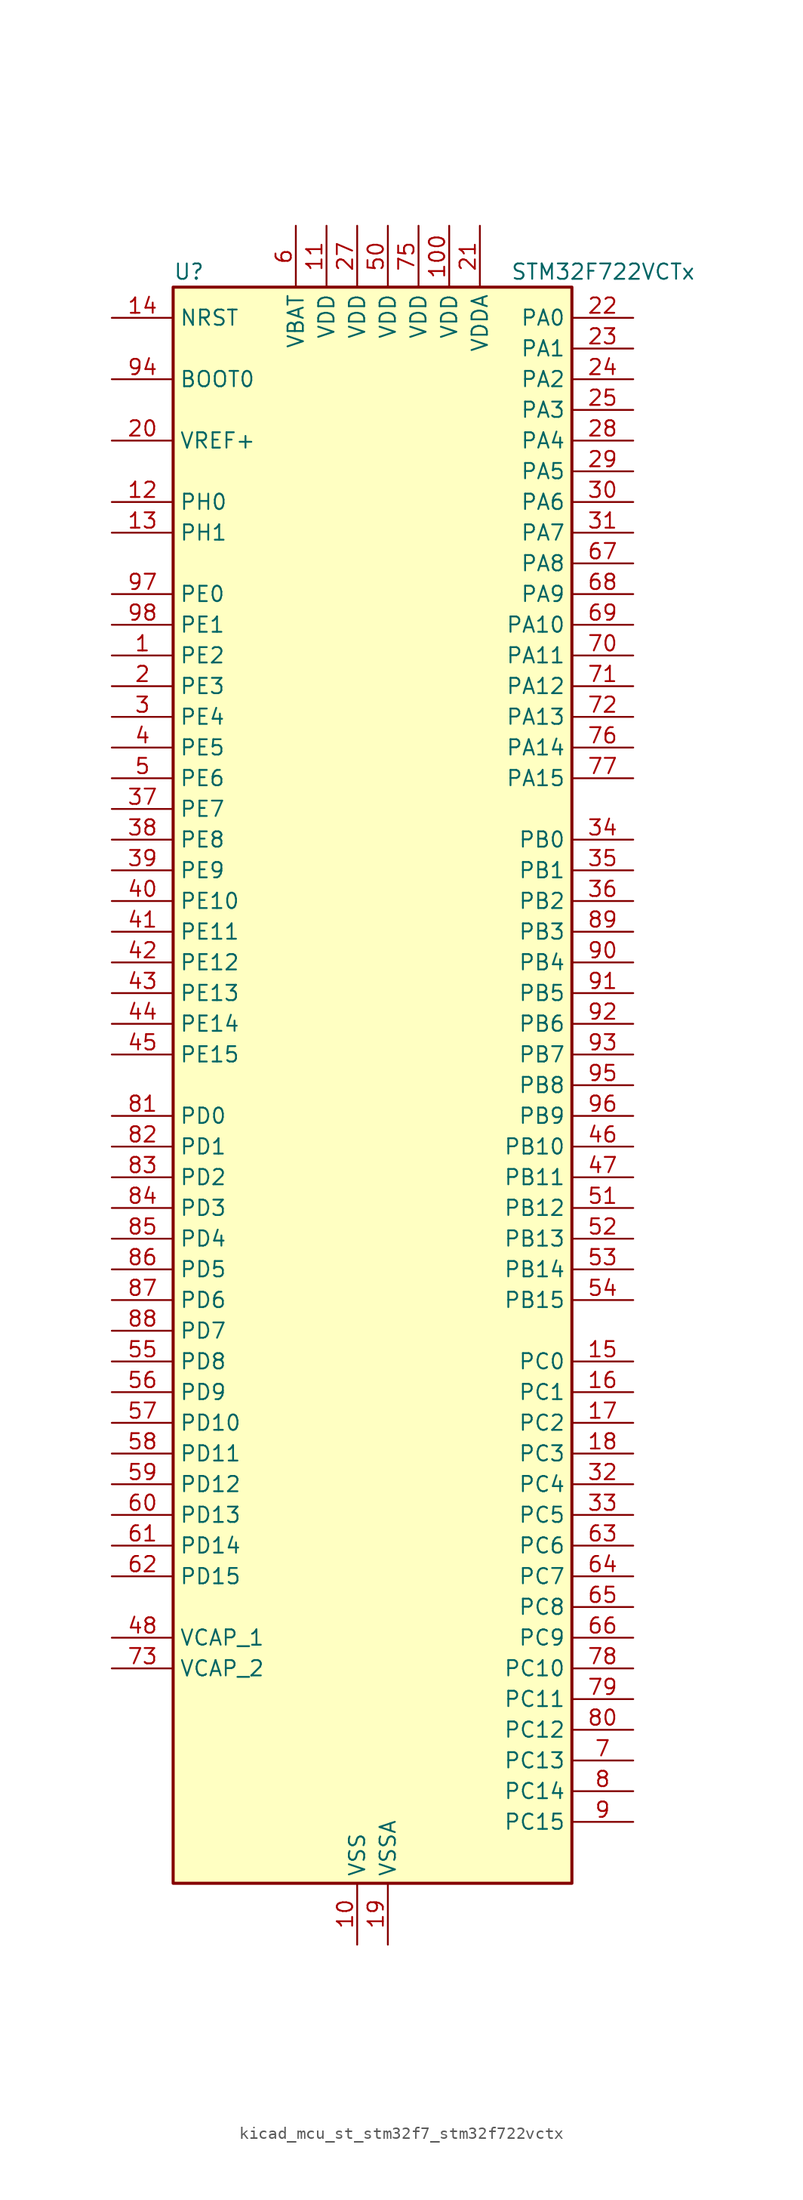
<source format=kicad_sym>
(kicad_symbol_lib
  (version 20220914)
  (generator kicad_symbol_editor)
  (symbol "kicad_mcu_st_stm32f7_stm32f722vctx"
    (property "Reference" "U"
      (at -15.24 67.31 0)
      (effects (font (size 1.27 1.27)) (justify left)))
    (property "Value" "STM32F722VCTx"
      (at 12.7 67.31 0)
      (effects (font (size 1.27 1.27)) (justify left)))
    (property "ki_locked" ""
      (at 0 0 0)
      (effects (font (size 1.27 1.27))))
    (symbol "kicad_mcu_st_stm32f7_stm32f722vctx_0_1"
      (rectangle (start -15.24 -66.04) (end 17.78 66.04) (stroke (width 0.254) (type default)) (fill (type background))))
    (symbol "kicad_mcu_st_stm32f7_stm32f722vctx_1_1"
      (pin bidirectional line (at -20.32 35.56 0) (length 5.08) (name "PE2" (effects (font (size 1.27 1.27)))) (number "1" (effects (font (size 1.27 1.27)))) (alternate "FMC_A23" bidirectional line) (alternate "QUADSPI_BK1_IO2" bidirectional line) (alternate "SAI1_MCLK_A" bidirectional line) (alternate "SPI4_SCK" bidirectional line) (alternate "SYS_TRACECLK" bidirectional line))
      (pin power_in line (at 0 -71.12 90) (length 5.08) (name "VSS" (effects (font (size 1.27 1.27)))) (number "10" (effects (font (size 1.27 1.27)))))
      (pin power_in line (at 7.62 71.12 270) (length 5.08) (name "VDD" (effects (font (size 1.27 1.27)))) (number "100" (effects (font (size 1.27 1.27)))))
      (pin power_in line (at -2.54 71.12 270) (length 5.08) (name "VDD" (effects (font (size 1.27 1.27)))) (number "11" (effects (font (size 1.27 1.27)))))
      (pin bidirectional line (at -20.32 48.26 0) (length 5.08) (name "PH0" (effects (font (size 1.27 1.27)))) (number "12" (effects (font (size 1.27 1.27)))) (alternate "RCC_OSC_IN" bidirectional line))
      (pin bidirectional line (at -20.32 45.72 0) (length 5.08) (name "PH1" (effects (font (size 1.27 1.27)))) (number "13" (effects (font (size 1.27 1.27)))) (alternate "RCC_OSC_OUT" bidirectional line))
      (pin input line (at -20.32 63.5 0) (length 5.08) (name "NRST" (effects (font (size 1.27 1.27)))) (number "14" (effects (font (size 1.27 1.27)))))
      (pin bidirectional line (at 22.86 -22.86 180) (length 5.08) (name "PC0" (effects (font (size 1.27 1.27)))) (number "15" (effects (font (size 1.27 1.27)))) (alternate "ADC1_IN10" bidirectional line) (alternate "ADC2_IN10" bidirectional line) (alternate "ADC3_IN10" bidirectional line) (alternate "FMC_SDNWE" bidirectional line) (alternate "SAI2_FS_B" bidirectional line) (alternate "USB_OTG_HS_ULPI_STP" bidirectional line))
      (pin bidirectional line (at 22.86 -25.4 180) (length 5.08) (name "PC1" (effects (font (size 1.27 1.27)))) (number "16" (effects (font (size 1.27 1.27)))) (alternate "ADC1_IN11" bidirectional line) (alternate "ADC2_IN11" bidirectional line) (alternate "ADC3_IN11" bidirectional line) (alternate "I2S2_SD" bidirectional line) (alternate "RTC_TAMP3" bidirectional line) (alternate "RTC_TS" bidirectional line) (alternate "SAI1_SD_A" bidirectional line) (alternate "SPI2_MOSI" bidirectional line) (alternate "SYS_TRACED0" bidirectional line) (alternate "SYS_WKUP3" bidirectional line))
      (pin bidirectional line (at 22.86 -27.94 180) (length 5.08) (name "PC2" (effects (font (size 1.27 1.27)))) (number "17" (effects (font (size 1.27 1.27)))) (alternate "ADC1_IN12" bidirectional line) (alternate "ADC2_IN12" bidirectional line) (alternate "ADC3_IN12" bidirectional line) (alternate "FMC_SDNE0" bidirectional line) (alternate "SPI2_MISO" bidirectional line) (alternate "USB_OTG_HS_ULPI_DIR" bidirectional line))
      (pin bidirectional line (at 22.86 -30.48 180) (length 5.08) (name "PC3" (effects (font (size 1.27 1.27)))) (number "18" (effects (font (size 1.27 1.27)))) (alternate "ADC1_IN13" bidirectional line) (alternate "ADC2_IN13" bidirectional line) (alternate "ADC3_IN13" bidirectional line) (alternate "FMC_SDCKE0" bidirectional line) (alternate "I2S2_SD" bidirectional line) (alternate "SPI2_MOSI" bidirectional line) (alternate "USB_OTG_HS_ULPI_NXT" bidirectional line))
      (pin power_in line (at 2.54 -71.12 90) (length 5.08) (name "VSSA" (effects (font (size 1.27 1.27)))) (number "19" (effects (font (size 1.27 1.27)))))
      (pin bidirectional line (at -20.32 33.02 0) (length 5.08) (name "PE3" (effects (font (size 1.27 1.27)))) (number "2" (effects (font (size 1.27 1.27)))) (alternate "FMC_A19" bidirectional line) (alternate "SAI1_SD_B" bidirectional line) (alternate "SYS_TRACED0" bidirectional line))
      (pin input line (at -20.32 53.34 0) (length 5.08) (name "VREF+" (effects (font (size 1.27 1.27)))) (number "20" (effects (font (size 1.27 1.27)))))
      (pin power_in line (at 10.16 71.12 270) (length 5.08) (name "VDDA" (effects (font (size 1.27 1.27)))) (number "21" (effects (font (size 1.27 1.27)))))
      (pin bidirectional line (at 22.86 63.5 180) (length 5.08) (name "PA0" (effects (font (size 1.27 1.27)))) (number "22" (effects (font (size 1.27 1.27)))) (alternate "ADC1_IN0" bidirectional line) (alternate "ADC2_IN0" bidirectional line) (alternate "ADC3_IN0" bidirectional line) (alternate "SAI2_SD_B" bidirectional line) (alternate "SYS_WKUP1" bidirectional line) (alternate "TIM2_CH1" bidirectional line) (alternate "TIM2_ETR" bidirectional line) (alternate "TIM5_CH1" bidirectional line) (alternate "TIM8_ETR" bidirectional line) (alternate "UART4_TX" bidirectional line) (alternate "USART2_CTS" bidirectional line))
      (pin bidirectional line (at 22.86 60.96 180) (length 5.08) (name "PA1" (effects (font (size 1.27 1.27)))) (number "23" (effects (font (size 1.27 1.27)))) (alternate "ADC1_IN1" bidirectional line) (alternate "ADC2_IN1" bidirectional line) (alternate "ADC3_IN1" bidirectional line) (alternate "QUADSPI_BK1_IO3" bidirectional line) (alternate "SAI2_MCLK_B" bidirectional line) (alternate "TIM2_CH2" bidirectional line) (alternate "TIM5_CH2" bidirectional line) (alternate "UART4_RX" bidirectional line) (alternate "USART2_DE" bidirectional line) (alternate "USART2_RTS" bidirectional line))
      (pin bidirectional line (at 22.86 58.42 180) (length 5.08) (name "PA2" (effects (font (size 1.27 1.27)))) (number "24" (effects (font (size 1.27 1.27)))) (alternate "ADC1_IN2" bidirectional line) (alternate "ADC2_IN2" bidirectional line) (alternate "ADC3_IN2" bidirectional line) (alternate "SAI2_SCK_B" bidirectional line) (alternate "SYS_WKUP2" bidirectional line) (alternate "TIM2_CH3" bidirectional line) (alternate "TIM5_CH3" bidirectional line) (alternate "TIM9_CH1" bidirectional line) (alternate "USART2_TX" bidirectional line))
      (pin bidirectional line (at 22.86 55.88 180) (length 5.08) (name "PA3" (effects (font (size 1.27 1.27)))) (number "25" (effects (font (size 1.27 1.27)))) (alternate "ADC1_IN3" bidirectional line) (alternate "ADC2_IN3" bidirectional line) (alternate "ADC3_IN3" bidirectional line) (alternate "TIM2_CH4" bidirectional line) (alternate "TIM5_CH4" bidirectional line) (alternate "TIM9_CH2" bidirectional line) (alternate "USART2_RX" bidirectional line) (alternate "USB_OTG_HS_ULPI_D0" bidirectional line))
      (pin passive line (at 0 -71.12 90) (length 5.08) hide (name "VSS" (effects (font (size 1.27 1.27)))) (number "26" (effects (font (size 1.27 1.27)))))
      (pin power_in line (at 0 71.12 270) (length 5.08) (name "VDD" (effects (font (size 1.27 1.27)))) (number "27" (effects (font (size 1.27 1.27)))))
      (pin bidirectional line (at 22.86 53.34 180) (length 5.08) (name "PA4" (effects (font (size 1.27 1.27)))) (number "28" (effects (font (size 1.27 1.27)))) (alternate "ADC1_IN4" bidirectional line) (alternate "ADC2_IN4" bidirectional line) (alternate "DAC_OUT1" bidirectional line) (alternate "I2S1_WS" bidirectional line) (alternate "I2S3_WS" bidirectional line) (alternate "SPI1_NSS" bidirectional line) (alternate "SPI3_NSS" bidirectional line) (alternate "USART2_CK" bidirectional line) (alternate "USB_OTG_HS_SOF" bidirectional line))
      (pin bidirectional line (at 22.86 50.8 180) (length 5.08) (name "PA5" (effects (font (size 1.27 1.27)))) (number "29" (effects (font (size 1.27 1.27)))) (alternate "ADC1_IN5" bidirectional line) (alternate "ADC2_IN5" bidirectional line) (alternate "DAC_OUT2" bidirectional line) (alternate "I2S1_CK" bidirectional line) (alternate "SPI1_SCK" bidirectional line) (alternate "TIM2_CH1" bidirectional line) (alternate "TIM2_ETR" bidirectional line) (alternate "TIM8_CH1N" bidirectional line) (alternate "USB_OTG_HS_ULPI_CK" bidirectional line))
      (pin bidirectional line (at -20.32 30.48 0) (length 5.08) (name "PE4" (effects (font (size 1.27 1.27)))) (number "3" (effects (font (size 1.27 1.27)))) (alternate "FMC_A20" bidirectional line) (alternate "SAI1_FS_A" bidirectional line) (alternate "SPI4_NSS" bidirectional line) (alternate "SYS_TRACED1" bidirectional line))
      (pin bidirectional line (at 22.86 48.26 180) (length 5.08) (name "PA6" (effects (font (size 1.27 1.27)))) (number "30" (effects (font (size 1.27 1.27)))) (alternate "ADC1_IN6" bidirectional line) (alternate "ADC2_IN6" bidirectional line) (alternate "SPI1_MISO" bidirectional line) (alternate "TIM13_CH1" bidirectional line) (alternate "TIM1_BKIN" bidirectional line) (alternate "TIM3_CH1" bidirectional line) (alternate "TIM8_BKIN" bidirectional line))
      (pin bidirectional line (at 22.86 45.72 180) (length 5.08) (name "PA7" (effects (font (size 1.27 1.27)))) (number "31" (effects (font (size 1.27 1.27)))) (alternate "ADC1_IN7" bidirectional line) (alternate "ADC2_IN7" bidirectional line) (alternate "FMC_SDNWE" bidirectional line) (alternate "I2S1_SD" bidirectional line) (alternate "SPI1_MOSI" bidirectional line) (alternate "TIM14_CH1" bidirectional line) (alternate "TIM1_CH1N" bidirectional line) (alternate "TIM3_CH2" bidirectional line) (alternate "TIM8_CH1N" bidirectional line))
      (pin bidirectional line (at 22.86 -33.02 180) (length 5.08) (name "PC4" (effects (font (size 1.27 1.27)))) (number "32" (effects (font (size 1.27 1.27)))) (alternate "ADC1_IN14" bidirectional line) (alternate "ADC2_IN14" bidirectional line) (alternate "FMC_SDNE0" bidirectional line) (alternate "I2S1_MCK" bidirectional line))
      (pin bidirectional line (at 22.86 -35.56 180) (length 5.08) (name "PC5" (effects (font (size 1.27 1.27)))) (number "33" (effects (font (size 1.27 1.27)))) (alternate "ADC1_IN15" bidirectional line) (alternate "ADC2_IN15" bidirectional line) (alternate "FMC_SDCKE0" bidirectional line))
      (pin bidirectional line (at 22.86 20.32 180) (length 5.08) (name "PB0" (effects (font (size 1.27 1.27)))) (number "34" (effects (font (size 1.27 1.27)))) (alternate "ADC1_IN8" bidirectional line) (alternate "ADC2_IN8" bidirectional line) (alternate "TIM1_CH2N" bidirectional line) (alternate "TIM3_CH3" bidirectional line) (alternate "TIM8_CH2N" bidirectional line) (alternate "UART4_CTS" bidirectional line) (alternate "USB_OTG_HS_ULPI_D1" bidirectional line))
      (pin bidirectional line (at 22.86 17.78 180) (length 5.08) (name "PB1" (effects (font (size 1.27 1.27)))) (number "35" (effects (font (size 1.27 1.27)))) (alternate "ADC1_IN9" bidirectional line) (alternate "ADC2_IN9" bidirectional line) (alternate "TIM1_CH3N" bidirectional line) (alternate "TIM3_CH4" bidirectional line) (alternate "TIM8_CH3N" bidirectional line) (alternate "USB_OTG_HS_ULPI_D2" bidirectional line))
      (pin bidirectional line (at 22.86 15.24 180) (length 5.08) (name "PB2" (effects (font (size 1.27 1.27)))) (number "36" (effects (font (size 1.27 1.27)))) (alternate "I2S3_SD" bidirectional line) (alternate "QUADSPI_CLK" bidirectional line) (alternate "SAI1_SD_A" bidirectional line) (alternate "SPI3_MOSI" bidirectional line))
      (pin bidirectional line (at -20.32 22.86 0) (length 5.08) (name "PE7" (effects (font (size 1.27 1.27)))) (number "37" (effects (font (size 1.27 1.27)))) (alternate "FMC_D4" bidirectional line) (alternate "FMC_DA4" bidirectional line) (alternate "QUADSPI_BK2_IO0" bidirectional line) (alternate "TIM1_ETR" bidirectional line) (alternate "UART7_RX" bidirectional line))
      (pin bidirectional line (at -20.32 20.32 0) (length 5.08) (name "PE8" (effects (font (size 1.27 1.27)))) (number "38" (effects (font (size 1.27 1.27)))) (alternate "FMC_D5" bidirectional line) (alternate "FMC_DA5" bidirectional line) (alternate "QUADSPI_BK2_IO1" bidirectional line) (alternate "TIM1_CH1N" bidirectional line) (alternate "UART7_TX" bidirectional line))
      (pin bidirectional line (at -20.32 17.78 0) (length 5.08) (name "PE9" (effects (font (size 1.27 1.27)))) (number "39" (effects (font (size 1.27 1.27)))) (alternate "DAC_EXTI9" bidirectional line) (alternate "FMC_D6" bidirectional line) (alternate "FMC_DA6" bidirectional line) (alternate "QUADSPI_BK2_IO2" bidirectional line) (alternate "TIM1_CH1" bidirectional line) (alternate "UART7_DE" bidirectional line) (alternate "UART7_RTS" bidirectional line))
      (pin bidirectional line (at -20.32 27.94 0) (length 5.08) (name "PE5" (effects (font (size 1.27 1.27)))) (number "4" (effects (font (size 1.27 1.27)))) (alternate "FMC_A21" bidirectional line) (alternate "SAI1_SCK_A" bidirectional line) (alternate "SPI4_MISO" bidirectional line) (alternate "SYS_TRACED2" bidirectional line) (alternate "TIM9_CH1" bidirectional line))
      (pin bidirectional line (at -20.32 15.24 0) (length 5.08) (name "PE10" (effects (font (size 1.27 1.27)))) (number "40" (effects (font (size 1.27 1.27)))) (alternate "FMC_D7" bidirectional line) (alternate "FMC_DA7" bidirectional line) (alternate "QUADSPI_BK2_IO3" bidirectional line) (alternate "TIM1_CH2N" bidirectional line) (alternate "UART7_CTS" bidirectional line))
      (pin bidirectional line (at -20.32 12.7 0) (length 5.08) (name "PE11" (effects (font (size 1.27 1.27)))) (number "41" (effects (font (size 1.27 1.27)))) (alternate "ADC1_EXTI11" bidirectional line) (alternate "ADC2_EXTI11" bidirectional line) (alternate "ADC3_EXTI11" bidirectional line) (alternate "FMC_D8" bidirectional line) (alternate "FMC_DA8" bidirectional line) (alternate "SAI2_SD_B" bidirectional line) (alternate "SPI4_NSS" bidirectional line) (alternate "TIM1_CH2" bidirectional line))
      (pin bidirectional line (at -20.32 10.16 0) (length 5.08) (name "PE12" (effects (font (size 1.27 1.27)))) (number "42" (effects (font (size 1.27 1.27)))) (alternate "FMC_D9" bidirectional line) (alternate "FMC_DA9" bidirectional line) (alternate "SAI2_SCK_B" bidirectional line) (alternate "SPI4_SCK" bidirectional line) (alternate "TIM1_CH3N" bidirectional line))
      (pin bidirectional line (at -20.32 7.62 0) (length 5.08) (name "PE13" (effects (font (size 1.27 1.27)))) (number "43" (effects (font (size 1.27 1.27)))) (alternate "FMC_D10" bidirectional line) (alternate "FMC_DA10" bidirectional line) (alternate "SAI2_FS_B" bidirectional line) (alternate "SPI4_MISO" bidirectional line) (alternate "TIM1_CH3" bidirectional line))
      (pin bidirectional line (at -20.32 5.08 0) (length 5.08) (name "PE14" (effects (font (size 1.27 1.27)))) (number "44" (effects (font (size 1.27 1.27)))) (alternate "FMC_D11" bidirectional line) (alternate "FMC_DA11" bidirectional line) (alternate "SAI2_MCLK_B" bidirectional line) (alternate "SPI4_MOSI" bidirectional line) (alternate "TIM1_CH4" bidirectional line))
      (pin bidirectional line (at -20.32 2.54 0) (length 5.08) (name "PE15" (effects (font (size 1.27 1.27)))) (number "45" (effects (font (size 1.27 1.27)))) (alternate "FMC_D12" bidirectional line) (alternate "FMC_DA12" bidirectional line) (alternate "TIM1_BKIN" bidirectional line))
      (pin bidirectional line (at 22.86 -5.08 180) (length 5.08) (name "PB10" (effects (font (size 1.27 1.27)))) (number "46" (effects (font (size 1.27 1.27)))) (alternate "I2C2_SCL" bidirectional line) (alternate "I2S2_CK" bidirectional line) (alternate "SPI2_SCK" bidirectional line) (alternate "TIM2_CH3" bidirectional line) (alternate "USART3_TX" bidirectional line) (alternate "USB_OTG_HS_ULPI_D3" bidirectional line))
      (pin bidirectional line (at 22.86 -7.62 180) (length 5.08) (name "PB11" (effects (font (size 1.27 1.27)))) (number "47" (effects (font (size 1.27 1.27)))) (alternate "ADC1_EXTI11" bidirectional line) (alternate "ADC2_EXTI11" bidirectional line) (alternate "ADC3_EXTI11" bidirectional line) (alternate "I2C2_SDA" bidirectional line) (alternate "TIM2_CH4" bidirectional line) (alternate "USART3_RX" bidirectional line) (alternate "USB_OTG_HS_ULPI_D4" bidirectional line))
      (pin power_out line (at -20.32 -45.72 0) (length 5.08) (name "VCAP_1" (effects (font (size 1.27 1.27)))) (number "48" (effects (font (size 1.27 1.27)))))
      (pin passive line (at 0 -71.12 90) (length 5.08) hide (name "VSS" (effects (font (size 1.27 1.27)))) (number "49" (effects (font (size 1.27 1.27)))))
      (pin bidirectional line (at -20.32 25.4 0) (length 5.08) (name "PE6" (effects (font (size 1.27 1.27)))) (number "5" (effects (font (size 1.27 1.27)))) (alternate "FMC_A22" bidirectional line) (alternate "SAI1_SD_A" bidirectional line) (alternate "SAI2_MCLK_B" bidirectional line) (alternate "SPI4_MOSI" bidirectional line) (alternate "SYS_TRACED3" bidirectional line) (alternate "TIM1_BKIN2" bidirectional line) (alternate "TIM9_CH2" bidirectional line))
      (pin power_in line (at 2.54 71.12 270) (length 5.08) (name "VDD" (effects (font (size 1.27 1.27)))) (number "50" (effects (font (size 1.27 1.27)))))
      (pin bidirectional line (at 22.86 -10.16 180) (length 5.08) (name "PB12" (effects (font (size 1.27 1.27)))) (number "51" (effects (font (size 1.27 1.27)))) (alternate "I2C2_SMBA" bidirectional line) (alternate "I2S2_WS" bidirectional line) (alternate "SPI2_NSS" bidirectional line) (alternate "TIM1_BKIN" bidirectional line) (alternate "USART3_CK" bidirectional line) (alternate "USB_OTG_HS_ID" bidirectional line) (alternate "USB_OTG_HS_ULPI_D5" bidirectional line))
      (pin bidirectional line (at 22.86 -12.7 180) (length 5.08) (name "PB13" (effects (font (size 1.27 1.27)))) (number "52" (effects (font (size 1.27 1.27)))) (alternate "I2S2_CK" bidirectional line) (alternate "SPI2_SCK" bidirectional line) (alternate "TIM1_CH1N" bidirectional line) (alternate "USART3_CTS" bidirectional line) (alternate "USB_OTG_HS_ULPI_D6" bidirectional line) (alternate "USB_OTG_HS_VBUS" bidirectional line))
      (pin bidirectional line (at 22.86 -15.24 180) (length 5.08) (name "PB14" (effects (font (size 1.27 1.27)))) (number "53" (effects (font (size 1.27 1.27)))) (alternate "SDMMC2_D0" bidirectional line) (alternate "SPI2_MISO" bidirectional line) (alternate "TIM12_CH1" bidirectional line) (alternate "TIM1_CH2N" bidirectional line) (alternate "TIM8_CH2N" bidirectional line) (alternate "USART3_DE" bidirectional line) (alternate "USART3_RTS" bidirectional line) (alternate "USB_OTG_HS_DM" bidirectional line))
      (pin bidirectional line (at 22.86 -17.78 180) (length 5.08) (name "PB15" (effects (font (size 1.27 1.27)))) (number "54" (effects (font (size 1.27 1.27)))) (alternate "I2S2_SD" bidirectional line) (alternate "RTC_REFIN" bidirectional line) (alternate "SDMMC2_D1" bidirectional line) (alternate "SPI2_MOSI" bidirectional line) (alternate "TIM12_CH2" bidirectional line) (alternate "TIM1_CH3N" bidirectional line) (alternate "TIM8_CH3N" bidirectional line) (alternate "USB_OTG_HS_DP" bidirectional line))
      (pin bidirectional line (at -20.32 -22.86 0) (length 5.08) (name "PD8" (effects (font (size 1.27 1.27)))) (number "55" (effects (font (size 1.27 1.27)))) (alternate "FMC_D13" bidirectional line) (alternate "FMC_DA13" bidirectional line) (alternate "USART3_TX" bidirectional line))
      (pin bidirectional line (at -20.32 -25.4 0) (length 5.08) (name "PD9" (effects (font (size 1.27 1.27)))) (number "56" (effects (font (size 1.27 1.27)))) (alternate "DAC_EXTI9" bidirectional line) (alternate "FMC_D14" bidirectional line) (alternate "FMC_DA14" bidirectional line) (alternate "USART3_RX" bidirectional line))
      (pin bidirectional line (at -20.32 -27.94 0) (length 5.08) (name "PD10" (effects (font (size 1.27 1.27)))) (number "57" (effects (font (size 1.27 1.27)))) (alternate "FMC_D15" bidirectional line) (alternate "FMC_DA15" bidirectional line) (alternate "USART3_CK" bidirectional line))
      (pin bidirectional line (at -20.32 -30.48 0) (length 5.08) (name "PD11" (effects (font (size 1.27 1.27)))) (number "58" (effects (font (size 1.27 1.27)))) (alternate "ADC1_EXTI11" bidirectional line) (alternate "ADC2_EXTI11" bidirectional line) (alternate "ADC3_EXTI11" bidirectional line) (alternate "FMC_A16" bidirectional line) (alternate "FMC_CLE" bidirectional line) (alternate "QUADSPI_BK1_IO0" bidirectional line) (alternate "SAI2_SD_A" bidirectional line) (alternate "USART3_CTS" bidirectional line))
      (pin bidirectional line (at -20.32 -33.02 0) (length 5.08) (name "PD12" (effects (font (size 1.27 1.27)))) (number "59" (effects (font (size 1.27 1.27)))) (alternate "FMC_A17" bidirectional line) (alternate "FMC_ALE" bidirectional line) (alternate "LPTIM1_IN1" bidirectional line) (alternate "QUADSPI_BK1_IO1" bidirectional line) (alternate "SAI2_FS_A" bidirectional line) (alternate "TIM4_CH1" bidirectional line) (alternate "USART3_DE" bidirectional line) (alternate "USART3_RTS" bidirectional line))
      (pin power_in line (at -5.08 71.12 270) (length 5.08) (name "VBAT" (effects (font (size 1.27 1.27)))) (number "6" (effects (font (size 1.27 1.27)))))
      (pin bidirectional line (at -20.32 -35.56 0) (length 5.08) (name "PD13" (effects (font (size 1.27 1.27)))) (number "60" (effects (font (size 1.27 1.27)))) (alternate "FMC_A18" bidirectional line) (alternate "LPTIM1_OUT" bidirectional line) (alternate "QUADSPI_BK1_IO3" bidirectional line) (alternate "SAI2_SCK_A" bidirectional line) (alternate "TIM4_CH2" bidirectional line))
      (pin bidirectional line (at -20.32 -38.1 0) (length 5.08) (name "PD14" (effects (font (size 1.27 1.27)))) (number "61" (effects (font (size 1.27 1.27)))) (alternate "FMC_D0" bidirectional line) (alternate "FMC_DA0" bidirectional line) (alternate "TIM4_CH3" bidirectional line) (alternate "UART8_CTS" bidirectional line))
      (pin bidirectional line (at -20.32 -40.64 0) (length 5.08) (name "PD15" (effects (font (size 1.27 1.27)))) (number "62" (effects (font (size 1.27 1.27)))) (alternate "FMC_D1" bidirectional line) (alternate "FMC_DA1" bidirectional line) (alternate "TIM4_CH4" bidirectional line) (alternate "UART8_DE" bidirectional line) (alternate "UART8_RTS" bidirectional line))
      (pin bidirectional line (at 22.86 -38.1 180) (length 5.08) (name "PC6" (effects (font (size 1.27 1.27)))) (number "63" (effects (font (size 1.27 1.27)))) (alternate "I2S2_MCK" bidirectional line) (alternate "SDMMC1_D6" bidirectional line) (alternate "SDMMC2_D6" bidirectional line) (alternate "TIM3_CH1" bidirectional line) (alternate "TIM8_CH1" bidirectional line) (alternate "USART6_TX" bidirectional line))
      (pin bidirectional line (at 22.86 -40.64 180) (length 5.08) (name "PC7" (effects (font (size 1.27 1.27)))) (number "64" (effects (font (size 1.27 1.27)))) (alternate "I2S3_MCK" bidirectional line) (alternate "SDMMC1_D7" bidirectional line) (alternate "SDMMC2_D7" bidirectional line) (alternate "TIM3_CH2" bidirectional line) (alternate "TIM8_CH2" bidirectional line) (alternate "USART6_RX" bidirectional line))
      (pin bidirectional line (at 22.86 -43.18 180) (length 5.08) (name "PC8" (effects (font (size 1.27 1.27)))) (number "65" (effects (font (size 1.27 1.27)))) (alternate "SDMMC1_D0" bidirectional line) (alternate "SYS_TRACED1" bidirectional line) (alternate "TIM3_CH3" bidirectional line) (alternate "TIM8_CH3" bidirectional line) (alternate "UART5_DE" bidirectional line) (alternate "UART5_RTS" bidirectional line) (alternate "USART6_CK" bidirectional line))
      (pin bidirectional line (at 22.86 -45.72 180) (length 5.08) (name "PC9" (effects (font (size 1.27 1.27)))) (number "66" (effects (font (size 1.27 1.27)))) (alternate "DAC_EXTI9" bidirectional line) (alternate "I2C3_SDA" bidirectional line) (alternate "I2S_CKIN" bidirectional line) (alternate "QUADSPI_BK1_IO0" bidirectional line) (alternate "RCC_MCO_2" bidirectional line) (alternate "SDMMC1_D1" bidirectional line) (alternate "TIM3_CH4" bidirectional line) (alternate "TIM8_CH4" bidirectional line) (alternate "UART5_CTS" bidirectional line))
      (pin bidirectional line (at 22.86 43.18 180) (length 5.08) (name "PA8" (effects (font (size 1.27 1.27)))) (number "67" (effects (font (size 1.27 1.27)))) (alternate "I2C3_SCL" bidirectional line) (alternate "RCC_MCO_1" bidirectional line) (alternate "TIM1_CH1" bidirectional line) (alternate "TIM8_BKIN2" bidirectional line) (alternate "USART1_CK" bidirectional line) (alternate "USB_OTG_FS_SOF" bidirectional line))
      (pin bidirectional line (at 22.86 40.64 180) (length 5.08) (name "PA9" (effects (font (size 1.27 1.27)))) (number "68" (effects (font (size 1.27 1.27)))) (alternate "DAC_EXTI9" bidirectional line) (alternate "I2C3_SMBA" bidirectional line) (alternate "I2S2_CK" bidirectional line) (alternate "SPI2_SCK" bidirectional line) (alternate "TIM1_CH2" bidirectional line) (alternate "USART1_TX" bidirectional line) (alternate "USB_OTG_FS_VBUS" bidirectional line))
      (pin bidirectional line (at 22.86 38.1 180) (length 5.08) (name "PA10" (effects (font (size 1.27 1.27)))) (number "69" (effects (font (size 1.27 1.27)))) (alternate "TIM1_CH3" bidirectional line) (alternate "USART1_RX" bidirectional line) (alternate "USB_OTG_FS_ID" bidirectional line))
      (pin bidirectional line (at 22.86 -55.88 180) (length 5.08) (name "PC13" (effects (font (size 1.27 1.27)))) (number "7" (effects (font (size 1.27 1.27)))) (alternate "RTC_OUT" bidirectional line) (alternate "RTC_TAMP1" bidirectional line) (alternate "RTC_TS" bidirectional line) (alternate "SYS_WKUP4" bidirectional line))
      (pin bidirectional line (at 22.86 35.56 180) (length 5.08) (name "PA11" (effects (font (size 1.27 1.27)))) (number "70" (effects (font (size 1.27 1.27)))) (alternate "ADC1_EXTI11" bidirectional line) (alternate "ADC2_EXTI11" bidirectional line) (alternate "ADC3_EXTI11" bidirectional line) (alternate "CAN1_RX" bidirectional line) (alternate "TIM1_CH4" bidirectional line) (alternate "USART1_CTS" bidirectional line) (alternate "USB_OTG_FS_DM" bidirectional line))
      (pin bidirectional line (at 22.86 33.02 180) (length 5.08) (name "PA12" (effects (font (size 1.27 1.27)))) (number "71" (effects (font (size 1.27 1.27)))) (alternate "CAN1_TX" bidirectional line) (alternate "SAI2_FS_B" bidirectional line) (alternate "TIM1_ETR" bidirectional line) (alternate "USART1_DE" bidirectional line) (alternate "USART1_RTS" bidirectional line) (alternate "USB_OTG_FS_DP" bidirectional line))
      (pin bidirectional line (at 22.86 30.48 180) (length 5.08) (name "PA13" (effects (font (size 1.27 1.27)))) (number "72" (effects (font (size 1.27 1.27)))) (alternate "SYS_JTMS-SWDIO" bidirectional line))
      (pin power_out line (at -20.32 -48.26 0) (length 5.08) (name "VCAP_2" (effects (font (size 1.27 1.27)))) (number "73" (effects (font (size 1.27 1.27)))))
      (pin passive line (at 0 -71.12 90) (length 5.08) hide (name "VSS" (effects (font (size 1.27 1.27)))) (number "74" (effects (font (size 1.27 1.27)))))
      (pin power_in line (at 5.08 71.12 270) (length 5.08) (name "VDD" (effects (font (size 1.27 1.27)))) (number "75" (effects (font (size 1.27 1.27)))))
      (pin bidirectional line (at 22.86 27.94 180) (length 5.08) (name "PA14" (effects (font (size 1.27 1.27)))) (number "76" (effects (font (size 1.27 1.27)))) (alternate "SYS_JTCK-SWCLK" bidirectional line))
      (pin bidirectional line (at 22.86 25.4 180) (length 5.08) (name "PA15" (effects (font (size 1.27 1.27)))) (number "77" (effects (font (size 1.27 1.27)))) (alternate "I2S1_WS" bidirectional line) (alternate "I2S3_WS" bidirectional line) (alternate "SPI1_NSS" bidirectional line) (alternate "SPI3_NSS" bidirectional line) (alternate "SYS_JTDI" bidirectional line) (alternate "TIM2_CH1" bidirectional line) (alternate "TIM2_ETR" bidirectional line) (alternate "UART4_DE" bidirectional line) (alternate "UART4_RTS" bidirectional line))
      (pin bidirectional line (at 22.86 -48.26 180) (length 5.08) (name "PC10" (effects (font (size 1.27 1.27)))) (number "78" (effects (font (size 1.27 1.27)))) (alternate "I2S3_CK" bidirectional line) (alternate "QUADSPI_BK1_IO1" bidirectional line) (alternate "SDMMC1_D2" bidirectional line) (alternate "SPI3_SCK" bidirectional line) (alternate "UART4_TX" bidirectional line) (alternate "USART3_TX" bidirectional line))
      (pin bidirectional line (at 22.86 -50.8 180) (length 5.08) (name "PC11" (effects (font (size 1.27 1.27)))) (number "79" (effects (font (size 1.27 1.27)))) (alternate "ADC1_EXTI11" bidirectional line) (alternate "ADC2_EXTI11" bidirectional line) (alternate "ADC3_EXTI11" bidirectional line) (alternate "QUADSPI_BK2_NCS" bidirectional line) (alternate "SDMMC1_D3" bidirectional line) (alternate "SPI3_MISO" bidirectional line) (alternate "UART4_RX" bidirectional line) (alternate "USART3_RX" bidirectional line))
      (pin bidirectional line (at 22.86 -58.42 180) (length 5.08) (name "PC14" (effects (font (size 1.27 1.27)))) (number "8" (effects (font (size 1.27 1.27)))) (alternate "RCC_OSC32_IN" bidirectional line))
      (pin bidirectional line (at 22.86 -53.34 180) (length 5.08) (name "PC12" (effects (font (size 1.27 1.27)))) (number "80" (effects (font (size 1.27 1.27)))) (alternate "I2S3_SD" bidirectional line) (alternate "SDMMC1_CK" bidirectional line) (alternate "SPI3_MOSI" bidirectional line) (alternate "SYS_TRACED3" bidirectional line) (alternate "UART5_TX" bidirectional line) (alternate "USART3_CK" bidirectional line))
      (pin bidirectional line (at -20.32 -2.54 0) (length 5.08) (name "PD0" (effects (font (size 1.27 1.27)))) (number "81" (effects (font (size 1.27 1.27)))) (alternate "CAN1_RX" bidirectional line) (alternate "FMC_D2" bidirectional line) (alternate "FMC_DA2" bidirectional line))
      (pin bidirectional line (at -20.32 -5.08 0) (length 5.08) (name "PD1" (effects (font (size 1.27 1.27)))) (number "82" (effects (font (size 1.27 1.27)))) (alternate "CAN1_TX" bidirectional line) (alternate "FMC_D3" bidirectional line) (alternate "FMC_DA3" bidirectional line))
      (pin bidirectional line (at -20.32 -7.62 0) (length 5.08) (name "PD2" (effects (font (size 1.27 1.27)))) (number "83" (effects (font (size 1.27 1.27)))) (alternate "SDMMC1_CMD" bidirectional line) (alternate "SYS_TRACED2" bidirectional line) (alternate "TIM3_ETR" bidirectional line) (alternate "UART5_RX" bidirectional line))
      (pin bidirectional line (at -20.32 -10.16 0) (length 5.08) (name "PD3" (effects (font (size 1.27 1.27)))) (number "84" (effects (font (size 1.27 1.27)))) (alternate "FMC_CLK" bidirectional line) (alternate "I2S2_CK" bidirectional line) (alternate "SPI2_SCK" bidirectional line) (alternate "USART2_CTS" bidirectional line))
      (pin bidirectional line (at -20.32 -12.7 0) (length 5.08) (name "PD4" (effects (font (size 1.27 1.27)))) (number "85" (effects (font (size 1.27 1.27)))) (alternate "FMC_NOE" bidirectional line) (alternate "USART2_DE" bidirectional line) (alternate "USART2_RTS" bidirectional line))
      (pin bidirectional line (at -20.32 -15.24 0) (length 5.08) (name "PD5" (effects (font (size 1.27 1.27)))) (number "86" (effects (font (size 1.27 1.27)))) (alternate "FMC_NWE" bidirectional line) (alternate "USART2_TX" bidirectional line))
      (pin bidirectional line (at -20.32 -17.78 0) (length 5.08) (name "PD6" (effects (font (size 1.27 1.27)))) (number "87" (effects (font (size 1.27 1.27)))) (alternate "FMC_NWAIT" bidirectional line) (alternate "I2S3_SD" bidirectional line) (alternate "SAI1_SD_A" bidirectional line) (alternate "SDMMC2_CK" bidirectional line) (alternate "SPI3_MOSI" bidirectional line) (alternate "USART2_RX" bidirectional line))
      (pin bidirectional line (at -20.32 -20.32 0) (length 5.08) (name "PD7" (effects (font (size 1.27 1.27)))) (number "88" (effects (font (size 1.27 1.27)))) (alternate "FMC_NE1" bidirectional line) (alternate "SDMMC2_CMD" bidirectional line) (alternate "USART2_CK" bidirectional line))
      (pin bidirectional line (at 22.86 12.7 180) (length 5.08) (name "PB3" (effects (font (size 1.27 1.27)))) (number "89" (effects (font (size 1.27 1.27)))) (alternate "I2S1_CK" bidirectional line) (alternate "I2S3_CK" bidirectional line) (alternate "SDMMC2_D2" bidirectional line) (alternate "SPI1_SCK" bidirectional line) (alternate "SPI3_SCK" bidirectional line) (alternate "SYS_JTDO-SWO" bidirectional line) (alternate "TIM2_CH2" bidirectional line))
      (pin bidirectional line (at 22.86 -60.96 180) (length 5.08) (name "PC15" (effects (font (size 1.27 1.27)))) (number "9" (effects (font (size 1.27 1.27)))) (alternate "RCC_OSC32_OUT" bidirectional line))
      (pin bidirectional line (at 22.86 10.16 180) (length 5.08) (name "PB4" (effects (font (size 1.27 1.27)))) (number "90" (effects (font (size 1.27 1.27)))) (alternate "I2S2_WS" bidirectional line) (alternate "SDMMC2_D3" bidirectional line) (alternate "SPI1_MISO" bidirectional line) (alternate "SPI2_NSS" bidirectional line) (alternate "SPI3_MISO" bidirectional line) (alternate "SYS_JTRST" bidirectional line) (alternate "TIM3_CH1" bidirectional line))
      (pin bidirectional line (at 22.86 7.62 180) (length 5.08) (name "PB5" (effects (font (size 1.27 1.27)))) (number "91" (effects (font (size 1.27 1.27)))) (alternate "FMC_SDCKE1" bidirectional line) (alternate "I2C1_SMBA" bidirectional line) (alternate "I2S1_SD" bidirectional line) (alternate "I2S3_SD" bidirectional line) (alternate "SPI1_MOSI" bidirectional line) (alternate "SPI3_MOSI" bidirectional line) (alternate "TIM3_CH2" bidirectional line) (alternate "USB_OTG_HS_ULPI_D7" bidirectional line))
      (pin bidirectional line (at 22.86 5.08 180) (length 5.08) (name "PB6" (effects (font (size 1.27 1.27)))) (number "92" (effects (font (size 1.27 1.27)))) (alternate "FMC_SDNE1" bidirectional line) (alternate "I2C1_SCL" bidirectional line) (alternate "QUADSPI_BK1_NCS" bidirectional line) (alternate "TIM4_CH1" bidirectional line) (alternate "USART1_TX" bidirectional line))
      (pin bidirectional line (at 22.86 2.54 180) (length 5.08) (name "PB7" (effects (font (size 1.27 1.27)))) (number "93" (effects (font (size 1.27 1.27)))) (alternate "FMC_NL" bidirectional line) (alternate "I2C1_SDA" bidirectional line) (alternate "TIM4_CH2" bidirectional line) (alternate "USART1_RX" bidirectional line))
      (pin input line (at -20.32 58.42 0) (length 5.08) (name "BOOT0" (effects (font (size 1.27 1.27)))) (number "94" (effects (font (size 1.27 1.27)))))
      (pin bidirectional line (at 22.86 0 180) (length 5.08) (name "PB8" (effects (font (size 1.27 1.27)))) (number "95" (effects (font (size 1.27 1.27)))) (alternate "CAN1_RX" bidirectional line) (alternate "I2C1_SCL" bidirectional line) (alternate "SDMMC1_D4" bidirectional line) (alternate "SDMMC2_D4" bidirectional line) (alternate "TIM10_CH1" bidirectional line) (alternate "TIM4_CH3" bidirectional line))
      (pin bidirectional line (at 22.86 -2.54 180) (length 5.08) (name "PB9" (effects (font (size 1.27 1.27)))) (number "96" (effects (font (size 1.27 1.27)))) (alternate "CAN1_TX" bidirectional line) (alternate "DAC_EXTI9" bidirectional line) (alternate "I2C1_SDA" bidirectional line) (alternate "I2S2_WS" bidirectional line) (alternate "SDMMC1_D5" bidirectional line) (alternate "SDMMC2_D5" bidirectional line) (alternate "SPI2_NSS" bidirectional line) (alternate "TIM11_CH1" bidirectional line) (alternate "TIM4_CH4" bidirectional line))
      (pin bidirectional line (at -20.32 40.64 0) (length 5.08) (name "PE0" (effects (font (size 1.27 1.27)))) (number "97" (effects (font (size 1.27 1.27)))) (alternate "FMC_NBL0" bidirectional line) (alternate "LPTIM1_ETR" bidirectional line) (alternate "SAI2_MCLK_A" bidirectional line) (alternate "TIM4_ETR" bidirectional line) (alternate "UART8_RX" bidirectional line))
      (pin bidirectional line (at -20.32 38.1 0) (length 5.08) (name "PE1" (effects (font (size 1.27 1.27)))) (number "98" (effects (font (size 1.27 1.27)))) (alternate "FMC_NBL1" bidirectional line) (alternate "LPTIM1_IN2" bidirectional line) (alternate "UART8_TX" bidirectional line))
      (pin passive line (at 0 -71.12 90) (length 5.08) hide (name "VSS" (effects (font (size 1.27 1.27)))) (number "99" (effects (font (size 1.27 1.27))))))))
</source>
